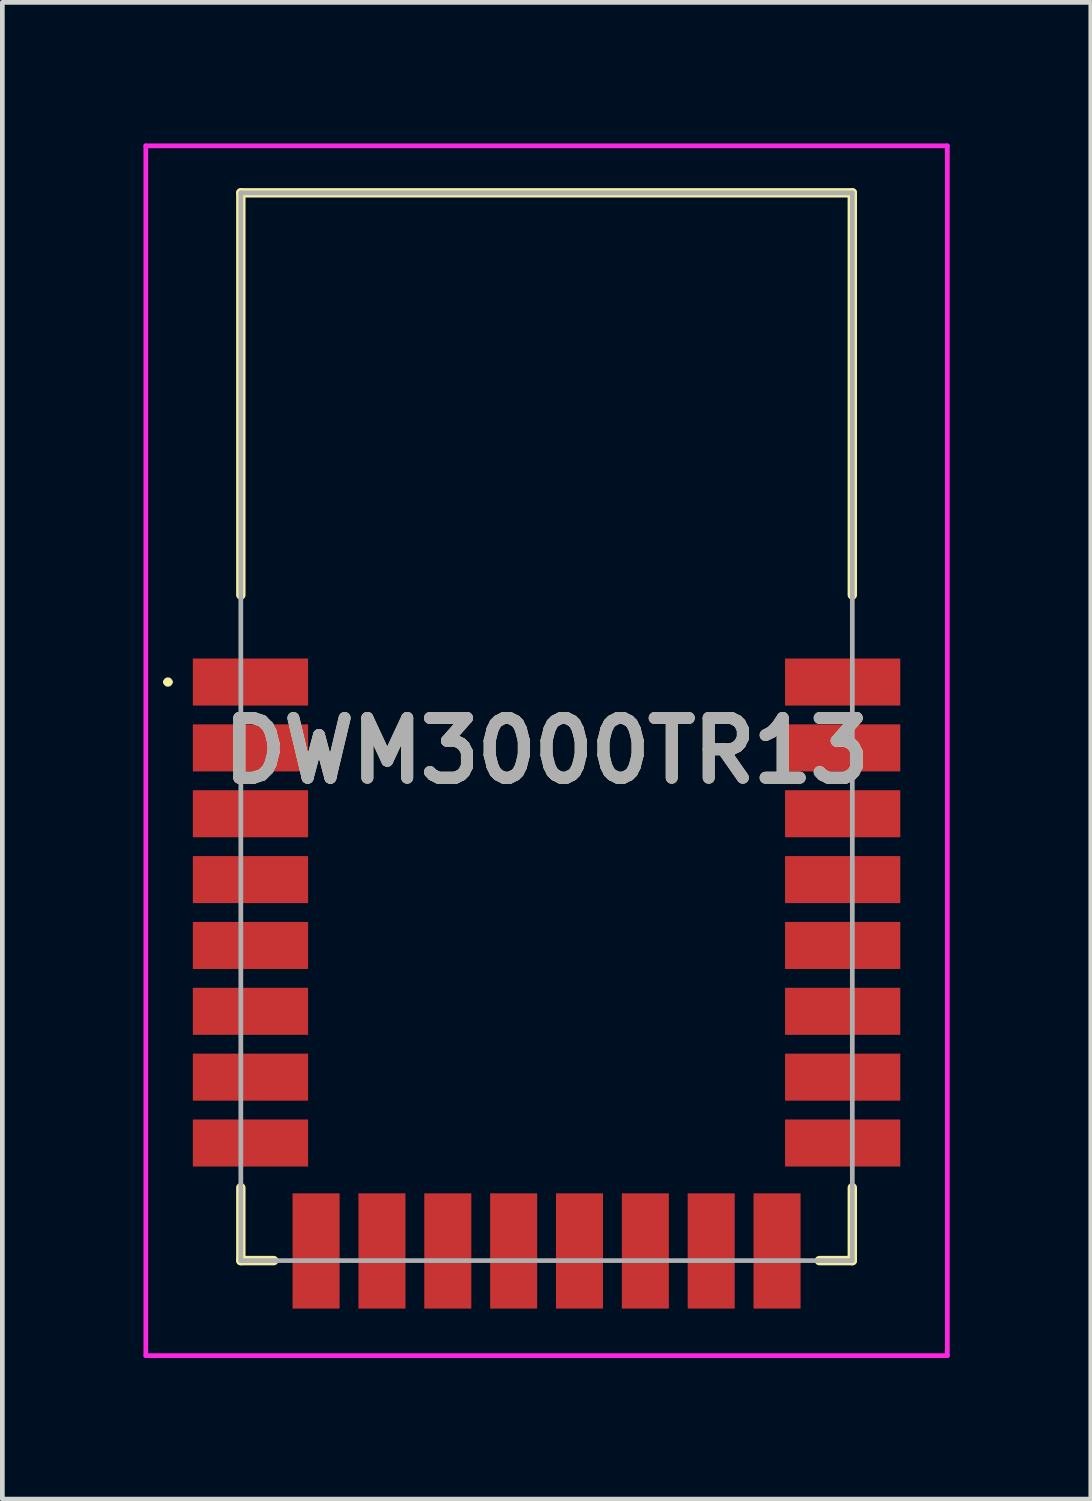
<source format=kicad_pcb>
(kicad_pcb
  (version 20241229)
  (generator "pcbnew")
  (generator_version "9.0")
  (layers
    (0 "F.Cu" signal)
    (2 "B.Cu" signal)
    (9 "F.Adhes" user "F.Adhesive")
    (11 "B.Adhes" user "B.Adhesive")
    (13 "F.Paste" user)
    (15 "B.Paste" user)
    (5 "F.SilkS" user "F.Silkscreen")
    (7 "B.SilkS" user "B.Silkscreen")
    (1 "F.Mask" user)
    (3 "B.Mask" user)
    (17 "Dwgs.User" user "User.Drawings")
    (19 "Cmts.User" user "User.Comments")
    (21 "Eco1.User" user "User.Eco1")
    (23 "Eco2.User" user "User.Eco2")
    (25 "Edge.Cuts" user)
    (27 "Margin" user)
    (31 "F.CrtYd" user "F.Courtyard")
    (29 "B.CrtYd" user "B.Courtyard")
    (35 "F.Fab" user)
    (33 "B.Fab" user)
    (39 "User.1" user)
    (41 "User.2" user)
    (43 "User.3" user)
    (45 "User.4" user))
  (footprint "DWM3000TR13"
    (layer "F.Cu")
    (at 8.57 12.91)
    (property "Reference" "DWM3000TR13" (at 0 0 0) (layer "F.SilkS") (effects (font (size 1.27 1.27) (thickness 0.254))))
    (attr smd)
    (fp_line (start -8.1 -1.46) (end -8.1 -1.46) (stroke (width 0.1) (type solid)) (layer "F.SilkS"))
    (fp_line (start -8 -1.46) (end -8 -1.46) (stroke (width 0.1) (type solid)) (layer "F.SilkS"))
    (fp_line (start -6.5 -11.86) (end 6.5 -11.86) (stroke (width 0.2) (type solid)) (layer "F.SilkS"))
    (fp_line (start -6.5 -3.31) (end -6.5 -11.86) (stroke (width 0.2) (type solid)) (layer "F.SilkS"))
    (fp_line (start -6.5 9.29) (end -6.5 10.84) (stroke (width 0.2) (type solid)) (layer "F.SilkS"))
    (fp_line (start -6.5 10.84) (end -5.8 10.84) (stroke (width 0.2) (type solid)) (layer "F.SilkS"))
    (fp_line (start 6.5 -11.86) (end 6.5 -3.31) (stroke (width 0.2) (type solid)) (layer "F.SilkS"))
    (fp_line (start 6.5 9.29) (end 6.5 10.84) (stroke (width 0.2) (type solid)) (layer "F.SilkS"))
    (fp_line (start 6.5 10.84) (end 5.8 10.84) (stroke (width 0.2) (type solid)) (layer "F.SilkS"))
    (fp_arc (start -8.1 -1.46) (mid -8.05 -1.51) (end -8 -1.46) (stroke (width 0.1) (type solid)) (layer "F.SilkS"))
    (fp_arc (start -8 -1.46) (mid -8.05 -1.41) (end -8.1 -1.46) (stroke (width 0.1) (type solid)) (layer "F.SilkS"))
    (fp_line (start -8.52 -12.86) (end 8.52 -12.86) (stroke (width 0.1) (type solid)) (layer "F.CrtYd"))
    (fp_line (start -8.52 12.86) (end -8.52 -12.86) (stroke (width 0.1) (type solid)) (layer "F.CrtYd"))
    (fp_line (start 8.52 -12.86) (end 8.52 12.86) (stroke (width 0.1) (type solid)) (layer "F.CrtYd"))
    (fp_line (start 8.52 12.86) (end -8.52 12.86) (stroke (width 0.1) (type solid)) (layer "F.CrtYd"))
    (fp_line (start -6.5 -11.86) (end 6.5 -11.86) (stroke (width 0.1) (type solid)) (layer "F.Fab"))
    (fp_line (start -6.5 10.84) (end -6.5 -11.86) (stroke (width 0.1) (type solid)) (layer "F.Fab"))
    (fp_line (start 6.5 -11.86) (end 6.5 10.84) (stroke (width 0.1) (type solid)) (layer "F.Fab"))
    (fp_line (start 6.5 10.84) (end -6.5 10.84) (stroke (width 0.1) (type solid)) (layer "F.Fab"))
    (fp_text user "${REFERENCE}" (at 0 0 0) (layer "F.Fab") (effects (font (size 1.27 1.27) (thickness 0.254))))
    (pad "1" smd rect (at -6.295 -1.46 90) (size 1 2.45) (layers "F.Cu" "F.Mask" "F.Paste"))
    (pad "2" smd rect (at -6.295 -0.06 90) (size 1 2.45) (layers "F.Cu" "F.Mask" "F.Paste"))
    (pad "3" smd rect (at -6.295 1.34 90) (size 1 2.45) (layers "F.Cu" "F.Mask" "F.Paste"))
    (pad "4" smd rect (at -6.295 2.74 90) (size 1 2.45) (layers "F.Cu" "F.Mask" "F.Paste"))
    (pad "5" smd rect (at -6.295 4.14 90) (size 1 2.45) (layers "F.Cu" "F.Mask" "F.Paste"))
    (pad "6" smd rect (at -6.295 5.54 90) (size 1 2.45) (layers "F.Cu" "F.Mask" "F.Paste"))
    (pad "7" smd rect (at -6.295 6.94 90) (size 1 2.45) (layers "F.Cu" "F.Mask" "F.Paste"))
    (pad "8" smd rect (at -6.295 8.34 90) (size 1 2.45) (layers "F.Cu" "F.Mask" "F.Paste"))
    (pad "9" smd rect (at -4.9 10.635) (size 1 2.45) (layers "F.Cu" "F.Mask" "F.Paste"))
    (pad "10" smd rect (at -3.5 10.635) (size 1 2.45) (layers "F.Cu" "F.Mask" "F.Paste"))
    (pad "11" smd rect (at -2.1 10.635) (size 1 2.45) (layers "F.Cu" "F.Mask" "F.Paste"))
    (pad "12" smd rect (at -0.7 10.635) (size 1 2.45) (layers "F.Cu" "F.Mask" "F.Paste"))
    (pad "13" smd rect (at 0.7 10.635) (size 1 2.45) (layers "F.Cu" "F.Mask" "F.Paste"))
    (pad "14" smd rect (at 2.1 10.635) (size 1 2.45) (layers "F.Cu" "F.Mask" "F.Paste"))
    (pad "15" smd rect (at 3.5 10.635) (size 1 2.45) (layers "F.Cu" "F.Mask" "F.Paste"))
    (pad "16" smd rect (at 4.9 10.635) (size 1 2.45) (layers "F.Cu" "F.Mask" "F.Paste"))
    (pad "17" smd rect (at 6.295 8.34 90) (size 1 2.45) (layers "F.Cu" "F.Mask" "F.Paste"))
    (pad "18" smd rect (at 6.295 6.94 90) (size 1 2.45) (layers "F.Cu" "F.Mask" "F.Paste"))
    (pad "19" smd rect (at 6.295 5.54 90) (size 1 2.45) (layers "F.Cu" "F.Mask" "F.Paste"))
    (pad "20" smd rect (at 6.295 4.14 90) (size 1 2.45) (layers "F.Cu" "F.Mask" "F.Paste"))
    (pad "21" smd rect (at 6.295 2.74 90) (size 1 2.45) (layers "F.Cu" "F.Mask" "F.Paste"))
    (pad "22" smd rect (at 6.295 1.34 90) (size 1 2.45) (layers "F.Cu" "F.Mask" "F.Paste"))
    (pad "23" smd rect (at 6.295 -0.06 90) (size 1 2.45) (layers "F.Cu" "F.Mask" "F.Paste"))
    (pad "24" smd rect (at 6.295 -1.46 90) (size 1 2.45) (layers "F.Cu" "F.Mask" "F.Paste")))
  (gr_rect
    (start -3 -3)
    (end 20.14 28.82)
    (stroke (width 0.1) (type default))
    (fill no)
    (layer "Edge.Cuts")))
</source>
